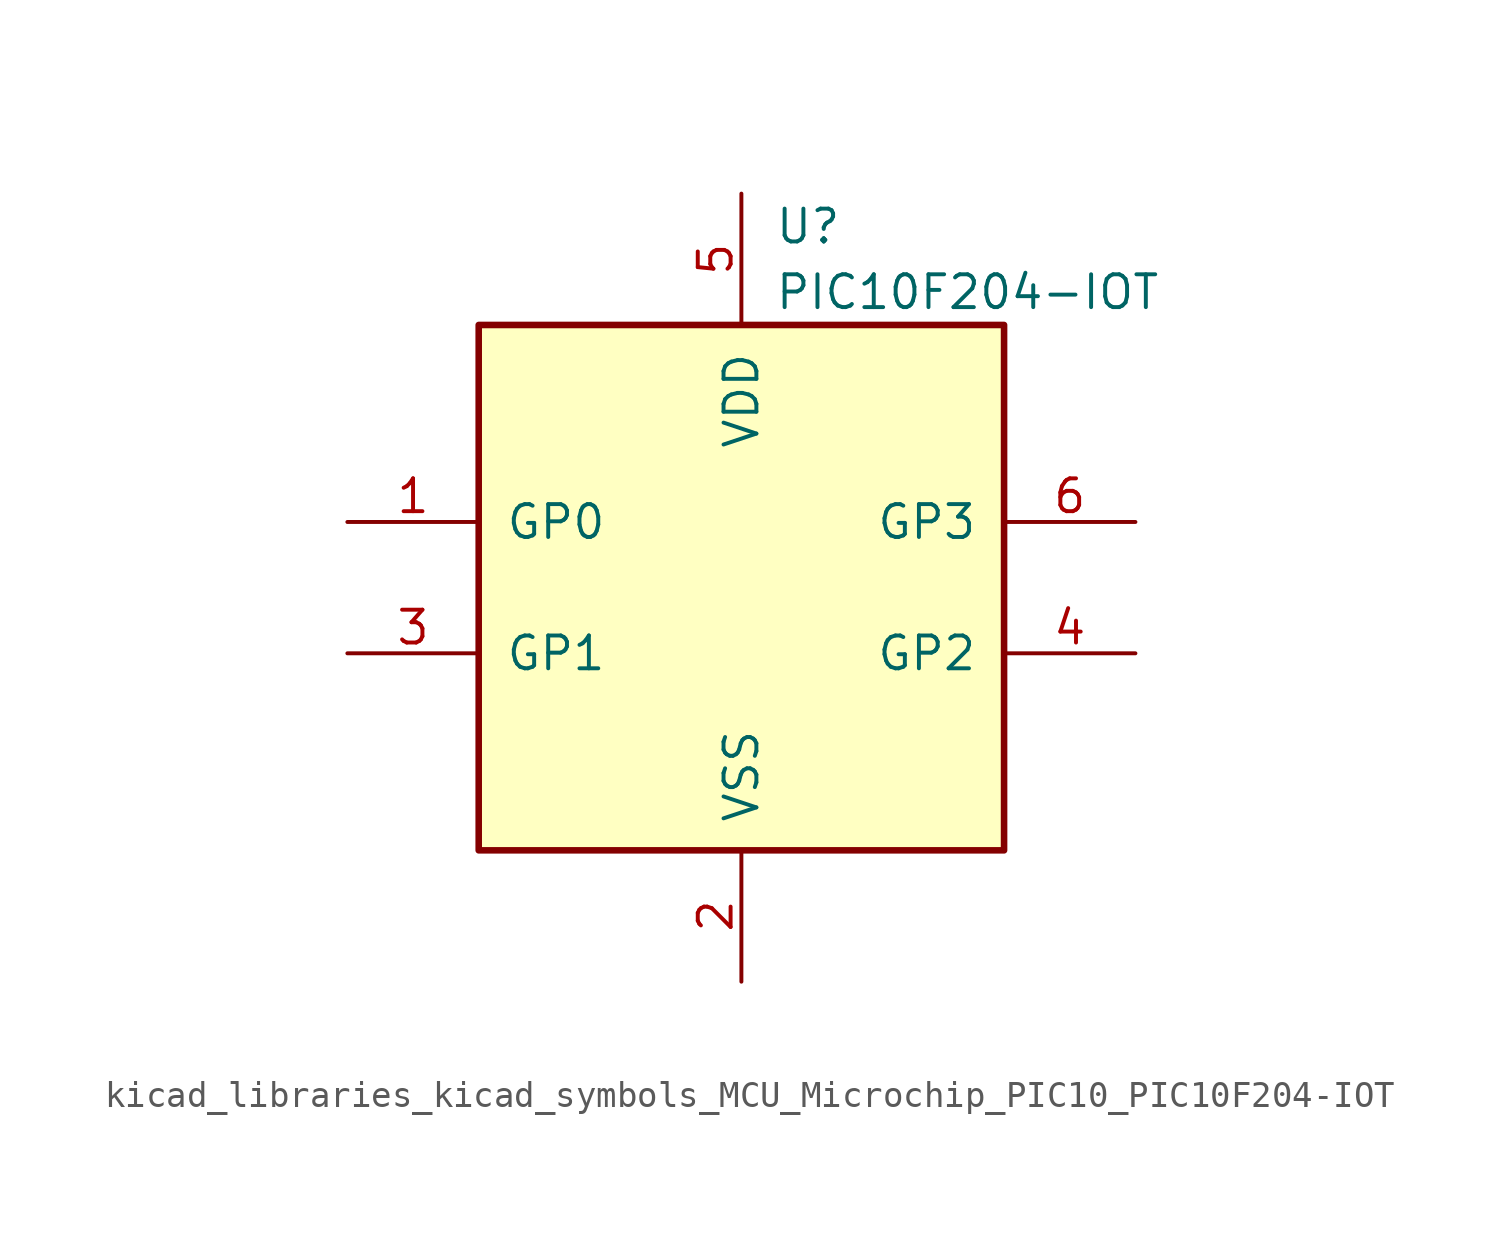
<source format=kicad_sym>
(kicad_symbol_lib
  (version 20220914)
  (generator kicad_symbol_editor)
  (symbol "kicad_libraries_kicad_symbols_MCU_Microchip_PIC10_PIC10F204-IOT"
    (pin_names
      (offset 1.016))
    (property "Reference" "U"
      (at 1.27 13.97 0)
      (effects (font (size 1.27 1.27)) (justify left)))
    (property "Value" "PIC10F204-IOT"
      (at 1.27 11.43 0)
      (effects (font (size 1.27 1.27)) (justify left)))
    (symbol "kicad_libraries_kicad_symbols_MCU_Microchip_PIC10_PIC10F204-IOT_0_1"
      (rectangle (start -10.16 10.16) (end 10.16 -10.16) (stroke (width 0.254) (type default)) (fill (type background))))
    (symbol "kicad_libraries_kicad_symbols_MCU_Microchip_PIC10_PIC10F204-IOT_1_1"
      (pin bidirectional line (at -15.24 2.54 0) (length 5.08) (name "GP0" (effects (font (size 1.27 1.27)))) (number "1" (effects (font (size 1.27 1.27)))))
      (pin power_in line (at 0 -15.24 90) (length 5.08) (name "VSS" (effects (font (size 1.27 1.27)))) (number "2" (effects (font (size 1.27 1.27)))))
      (pin bidirectional line (at -15.24 -2.54 0) (length 5.08) (name "GP1" (effects (font (size 1.27 1.27)))) (number "3" (effects (font (size 1.27 1.27)))))
      (pin bidirectional line (at 15.24 -2.54 180) (length 5.08) (name "GP2" (effects (font (size 1.27 1.27)))) (number "4" (effects (font (size 1.27 1.27)))))
      (pin power_in line (at 0 15.24 270) (length 5.08) (name "VDD" (effects (font (size 1.27 1.27)))) (number "5" (effects (font (size 1.27 1.27)))))
      (pin input line (at 15.24 2.54 180) (length 5.08) (name "GP3" (effects (font (size 1.27 1.27)))) (number "6" (effects (font (size 1.27 1.27))))))))
</source>
